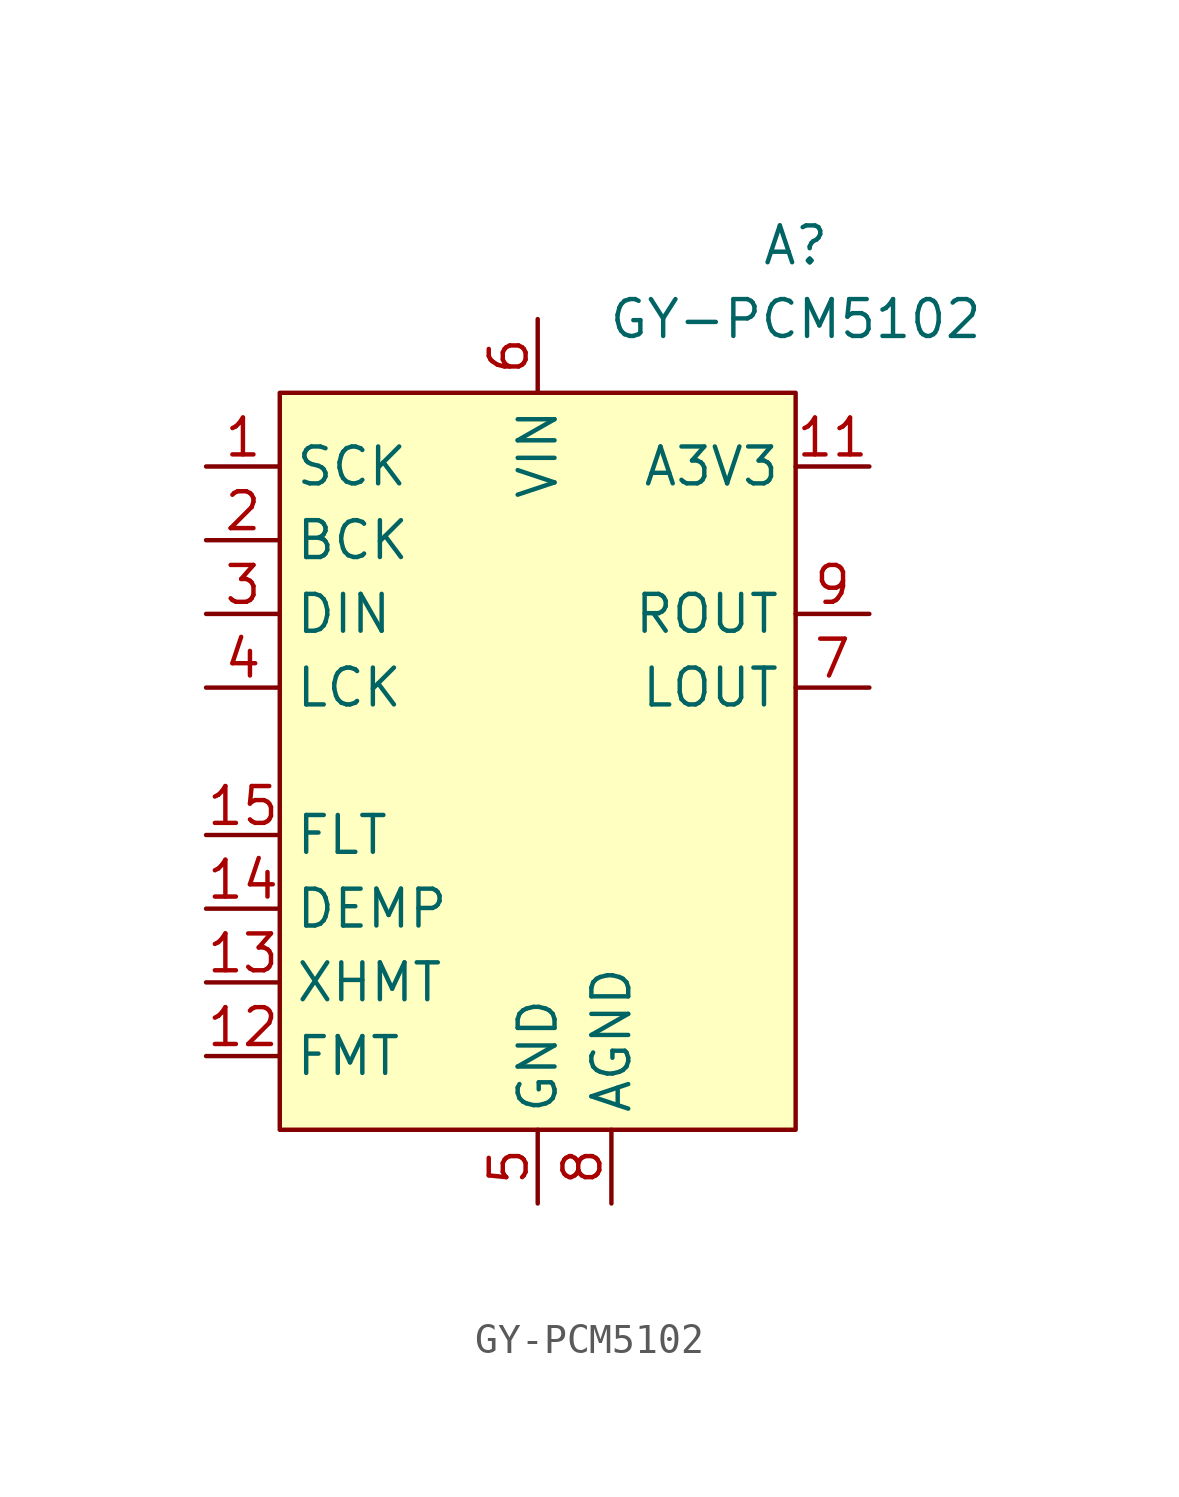
<source format=kicad_sym>
(kicad_symbol_lib
  (version 20241209)
  (generator "kicad_symbol_editor")
  (generator_version "9.0")
  (symbol "GY-PCM5102"
    (property "Reference" "A"
      (at 8.89 5.08 0)
      (effects (font (size 1.27 1.27))))
    (property "Value" "GY-PCM5102"
      (at 8.89 2.54 0)
      (effects (font (size 1.27 1.27))))
    (symbol "GY-PCM5102_1_1"
      (rectangle (start -8.89 0) (end 8.89 -25.4) (stroke (width 0) (type solid)) (fill (type background)))
      (pin input line (at -11.43 -2.54 0) (length 2.54) (name "SCK" (effects (font (size 1.27 1.27)))) (number "1" (effects (font (size 1.27 1.27)))))
      (pin input line (at -11.43 -5.08 0) (length 2.54) (name "BCK" (effects (font (size 1.27 1.27)))) (number "2" (effects (font (size 1.27 1.27)))))
      (pin input line (at -11.43 -7.62 0) (length 2.54) (name "DIN" (effects (font (size 1.27 1.27)))) (number "3" (effects (font (size 1.27 1.27)))))
      (pin input line (at -11.43 -10.16 0) (length 2.54) (name "LCK" (effects (font (size 1.27 1.27)))) (number "4" (effects (font (size 1.27 1.27)))))
      (pin input line (at -11.43 -15.24 0) (length 2.54) (name "FLT" (effects (font (size 1.27 1.27)))) (number "15" (effects (font (size 1.27 1.27)))))
      (pin input line (at -11.43 -17.78 0) (length 2.54) (name "DEMP" (effects (font (size 1.27 1.27)))) (number "14" (effects (font (size 1.27 1.27)))))
      (pin input line (at -11.43 -20.32 0) (length 2.54) (name "XHMT" (effects (font (size 1.27 1.27)))) (number "13" (effects (font (size 1.27 1.27)))))
      (pin input line (at -11.43 -22.86 0) (length 2.54) (name "FMT" (effects (font (size 1.27 1.27)))) (number "12" (effects (font (size 1.27 1.27)))))
      (pin power_in line (at 0 2.54 270) (length 2.54) (name "VIN" (effects (font (size 1.27 1.27)))) (number "6" (effects (font (size 1.27 1.27)))))
      (pin power_in line (at 0 -27.94 90) (length 2.54) (name "GND" (effects (font (size 1.27 1.27)))) (number "5" (effects (font (size 1.27 1.27)))))
      (pin power_out line (at 2.54 -27.94 90) (length 2.54) (hide yes) (name "AGND" (effects (font (size 1.27 1.27)))) (number "10" (effects (font (size 1.27 1.27)))))
      (pin power_out line (at 2.54 -27.94 90) (length 2.54) (name "AGND" (effects (font (size 1.27 1.27)))) (number "8" (effects (font (size 1.27 1.27)))))
      (pin power_out line (at 11.43 -2.54 180) (length 2.54) (name "A3V3" (effects (font (size 1.27 1.27)))) (number "11" (effects (font (size 1.27 1.27)))))
      (pin output line (at 11.43 -7.62 180) (length 2.54) (name "ROUT" (effects (font (size 1.27 1.27)))) (number "9" (effects (font (size 1.27 1.27)))))
      (pin output line (at 11.43 -10.16 180) (length 2.54) (name "LOUT" (effects (font (size 1.27 1.27)))) (number "7" (effects (font (size 1.27 1.27))))))))
</source>
